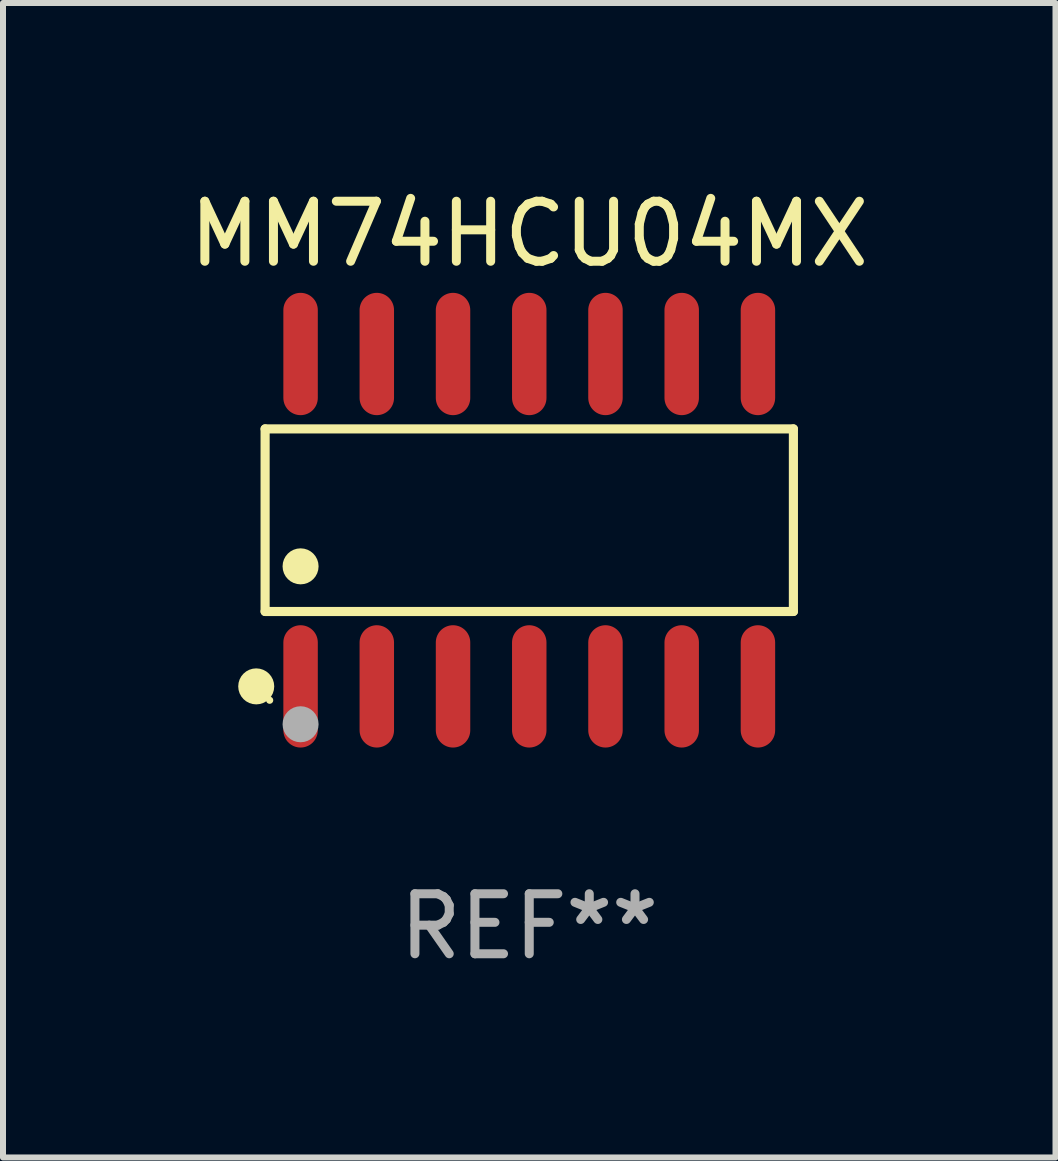
<source format=kicad_pcb>
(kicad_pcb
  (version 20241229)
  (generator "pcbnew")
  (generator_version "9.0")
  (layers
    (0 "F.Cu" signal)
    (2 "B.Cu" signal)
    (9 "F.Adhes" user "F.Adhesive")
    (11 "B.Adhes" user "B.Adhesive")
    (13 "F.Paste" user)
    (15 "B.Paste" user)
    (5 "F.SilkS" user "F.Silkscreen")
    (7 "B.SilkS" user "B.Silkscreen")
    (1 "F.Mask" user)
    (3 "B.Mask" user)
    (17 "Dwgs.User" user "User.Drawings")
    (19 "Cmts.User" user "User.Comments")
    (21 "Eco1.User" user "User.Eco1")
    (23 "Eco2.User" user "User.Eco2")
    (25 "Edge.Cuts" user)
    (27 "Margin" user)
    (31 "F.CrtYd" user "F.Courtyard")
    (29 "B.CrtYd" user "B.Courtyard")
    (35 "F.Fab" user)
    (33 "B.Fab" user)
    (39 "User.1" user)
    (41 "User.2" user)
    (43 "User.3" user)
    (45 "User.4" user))
  (footprint "MM74HCU04MX"
    (layer "F.Cu")
    (at 5.768 5.617)
    (property "Reference" "MM74HCU04MX" (at 0 -4.769 0) (layer "F.SilkS") (effects (font (size 1 1) (thickness 0.15))))
    (attr through_hole)
    (fp_line (start -4.401 -1.521) (end 4.401 -1.521) (stroke (width 0.152) (type solid)) (layer "F.SilkS"))
    (fp_line (start -4.401 1.521) (end -4.401 -1.521) (stroke (width 0.152) (type solid)) (layer "F.SilkS"))
    (fp_line (start 4.401 -1.521) (end 4.401 1.521) (stroke (width 0.152) (type solid)) (layer "F.SilkS"))
    (fp_line (start 4.401 1.521) (end -4.401 1.521) (stroke (width 0.152) (type solid)) (layer "F.SilkS"))
    (fp_circle (center -4.549 2.769) (end -4.399 2.769) (stroke (width 0.3) (type solid)) (fill no) (layer "F.SilkS"))
    (fp_circle (center -4.325 3) (end -4.295 3) (stroke (width 0.06) (type solid)) (fill no) (layer "F.SilkS"))
    (fp_circle (center -3.81 0.769) (end -3.66 0.769) (stroke (width 0.3) (type solid)) (fill no) (layer "F.SilkS"))
    (fp_circle (center -3.81 3.4) (end -3.66 3.4) (stroke (width 0.3) (type solid)) (fill no) (layer "F.Fab"))
    (fp_text user "REF**" (at 0 6.769 0) (layer "F.Fab") (effects (font (size 1 1) (thickness 0.15))))
    (pad "1" smd oval (at -3.81 2.769) (size 0.574 2.038) (layers "F.Cu" "F.Mask" "F.Paste"))
    (pad "2" smd oval (at -2.54 2.769) (size 0.574 2.038) (layers "F.Cu" "F.Mask" "F.Paste"))
    (pad "3" smd oval (at -1.27 2.769) (size 0.574 2.038) (layers "F.Cu" "F.Mask" "F.Paste"))
    (pad "4" smd oval (at 0 2.769) (size 0.574 2.038) (layers "F.Cu" "F.Mask" "F.Paste"))
    (pad "5" smd oval (at 1.27 2.769) (size 0.574 2.038) (layers "F.Cu" "F.Mask" "F.Paste"))
    (pad "6" smd oval (at 2.54 2.769) (size 0.574 2.038) (layers "F.Cu" "F.Mask" "F.Paste"))
    (pad "7" smd oval (at 3.81 2.769) (size 0.574 2.038) (layers "F.Cu" "F.Mask" "F.Paste"))
    (pad "8" smd oval (at 3.81 -2.769) (size 0.574 2.038) (layers "F.Cu" "F.Mask" "F.Paste"))
    (pad "9" smd oval (at 2.54 -2.769) (size 0.574 2.038) (layers "F.Cu" "F.Mask" "F.Paste"))
    (pad "10" smd oval (at 1.27 -2.769) (size 0.574 2.038) (layers "F.Cu" "F.Mask" "F.Paste"))
    (pad "11" smd oval (at 0 -2.769) (size 0.574 2.038) (layers "F.Cu" "F.Mask" "F.Paste"))
    (pad "12" smd oval (at -1.27 -2.769) (size 0.574 2.038) (layers "F.Cu" "F.Mask" "F.Paste"))
    (pad "13" smd oval (at -2.54 -2.769) (size 0.574 2.038) (layers "F.Cu" "F.Mask" "F.Paste"))
    (pad "14" smd oval (at -3.81 -2.769) (size 0.574 2.038) (layers "F.Cu" "F.Mask" "F.Paste")))
  (gr_rect
    (start -3 -3)
    (end 14.536 16.235)
    (stroke (width 0.1) (type default))
    (fill no)
    (layer "Edge.Cuts")))
</source>
